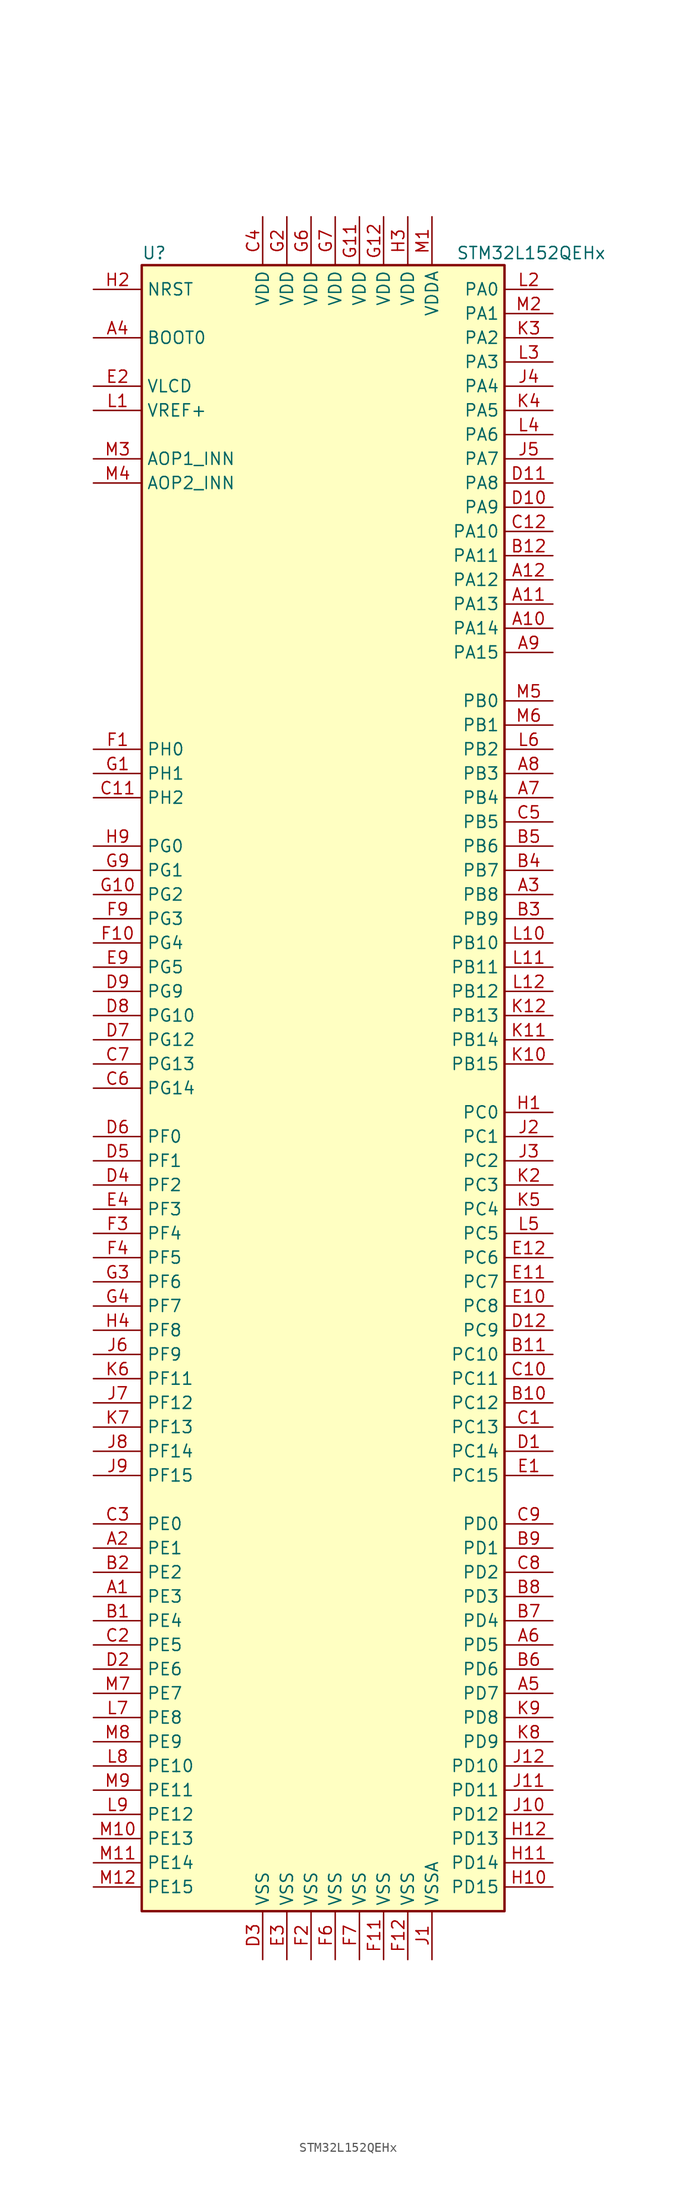
<source format=kicad_sym>
(kicad_symbol_lib
  (version 20201005)
  (generator kicad_symbol_editor)
  (symbol "STM32L152QEHx"
    (property "Reference" "U"
      (at -20.32 87.63 0)
      (effects (font (size 1.27 1.27)) (justify left)))
    (property "Value" "STM32L152QEHx"
      (at 12.7 87.63 0)
      (effects (font (size 1.27 1.27)) (justify left)))
    (symbol "STM32L152QEHx_0_1"
      (rectangle (start -20.32 -86.36) (end 17.78 86.36) (stroke (width 0.254)) (fill (type background))))
    (symbol "STM32L152QEHx_1_1"
      (pin bidirectional line (at -25.4 -53.34 0) (length 5.08) (name "PE3" (effects (font (size 1.27 1.27)))) (number "A1" (effects (font (size 1.27 1.27)))))
      (pin bidirectional line (at 22.86 48.26 180) (length 5.08) (name "PA14" (effects (font (size 1.27 1.27)))) (number "A10" (effects (font (size 1.27 1.27)))))
      (pin bidirectional line (at 22.86 50.8 180) (length 5.08) (name "PA13" (effects (font (size 1.27 1.27)))) (number "A11" (effects (font (size 1.27 1.27)))))
      (pin bidirectional line (at 22.86 53.34 180) (length 5.08) (name "PA12" (effects (font (size 1.27 1.27)))) (number "A12" (effects (font (size 1.27 1.27)))))
      (pin bidirectional line (at -25.4 -48.26 0) (length 5.08) (name "PE1" (effects (font (size 1.27 1.27)))) (number "A2" (effects (font (size 1.27 1.27)))))
      (pin bidirectional line (at 22.86 20.32 180) (length 5.08) (name "PB8" (effects (font (size 1.27 1.27)))) (number "A3" (effects (font (size 1.27 1.27)))))
      (pin input line (at -25.4 78.74 0) (length 5.08) (name "BOOT0" (effects (font (size 1.27 1.27)))) (number "A4" (effects (font (size 1.27 1.27)))))
      (pin bidirectional line (at 22.86 -63.5 180) (length 5.08) (name "PD7" (effects (font (size 1.27 1.27)))) (number "A5" (effects (font (size 1.27 1.27)))))
      (pin bidirectional line (at 22.86 -58.42 180) (length 5.08) (name "PD5" (effects (font (size 1.27 1.27)))) (number "A6" (effects (font (size 1.27 1.27)))))
      (pin bidirectional line (at 22.86 30.48 180) (length 5.08) (name "PB4" (effects (font (size 1.27 1.27)))) (number "A7" (effects (font (size 1.27 1.27)))))
      (pin bidirectional line (at 22.86 33.02 180) (length 5.08) (name "PB3" (effects (font (size 1.27 1.27)))) (number "A8" (effects (font (size 1.27 1.27)))))
      (pin bidirectional line (at 22.86 45.72 180) (length 5.08) (name "PA15" (effects (font (size 1.27 1.27)))) (number "A9" (effects (font (size 1.27 1.27)))))
      (pin bidirectional line (at -25.4 -55.88 0) (length 5.08) (name "PE4" (effects (font (size 1.27 1.27)))) (number "B1" (effects (font (size 1.27 1.27)))))
      (pin bidirectional line (at 22.86 -33.02 180) (length 5.08) (name "PC12" (effects (font (size 1.27 1.27)))) (number "B10" (effects (font (size 1.27 1.27)))))
      (pin bidirectional line (at 22.86 -27.94 180) (length 5.08) (name "PC10" (effects (font (size 1.27 1.27)))) (number "B11" (effects (font (size 1.27 1.27)))))
      (pin bidirectional line (at 22.86 55.88 180) (length 5.08) (name "PA11" (effects (font (size 1.27 1.27)))) (number "B12" (effects (font (size 1.27 1.27)))))
      (pin bidirectional line (at -25.4 -50.8 0) (length 5.08) (name "PE2" (effects (font (size 1.27 1.27)))) (number "B2" (effects (font (size 1.27 1.27)))))
      (pin bidirectional line (at 22.86 17.78 180) (length 5.08) (name "PB9" (effects (font (size 1.27 1.27)))) (number "B3" (effects (font (size 1.27 1.27)))))
      (pin bidirectional line (at 22.86 22.86 180) (length 5.08) (name "PB7" (effects (font (size 1.27 1.27)))) (number "B4" (effects (font (size 1.27 1.27)))))
      (pin bidirectional line (at 22.86 25.4 180) (length 5.08) (name "PB6" (effects (font (size 1.27 1.27)))) (number "B5" (effects (font (size 1.27 1.27)))))
      (pin bidirectional line (at 22.86 -60.96 180) (length 5.08) (name "PD6" (effects (font (size 1.27 1.27)))) (number "B6" (effects (font (size 1.27 1.27)))))
      (pin bidirectional line (at 22.86 -55.88 180) (length 5.08) (name "PD4" (effects (font (size 1.27 1.27)))) (number "B7" (effects (font (size 1.27 1.27)))))
      (pin bidirectional line (at 22.86 -53.34 180) (length 5.08) (name "PD3" (effects (font (size 1.27 1.27)))) (number "B8" (effects (font (size 1.27 1.27)))))
      (pin bidirectional line (at 22.86 -48.26 180) (length 5.08) (name "PD1" (effects (font (size 1.27 1.27)))) (number "B9" (effects (font (size 1.27 1.27)))))
      (pin bidirectional line (at 22.86 -35.56 180) (length 5.08) (name "PC13" (effects (font (size 1.27 1.27)))) (number "C1" (effects (font (size 1.27 1.27)))))
      (pin bidirectional line (at 22.86 -30.48 180) (length 5.08) (name "PC11" (effects (font (size 1.27 1.27)))) (number "C10" (effects (font (size 1.27 1.27)))))
      (pin bidirectional line (at -25.4 30.48 0) (length 5.08) (name "PH2" (effects (font (size 1.27 1.27)))) (number "C11" (effects (font (size 1.27 1.27)))))
      (pin bidirectional line (at 22.86 58.42 180) (length 5.08) (name "PA10" (effects (font (size 1.27 1.27)))) (number "C12" (effects (font (size 1.27 1.27)))))
      (pin bidirectional line (at -25.4 -58.42 0) (length 5.08) (name "PE5" (effects (font (size 1.27 1.27)))) (number "C2" (effects (font (size 1.27 1.27)))))
      (pin bidirectional line (at -25.4 -45.72 0) (length 5.08) (name "PE0" (effects (font (size 1.27 1.27)))) (number "C3" (effects (font (size 1.27 1.27)))))
      (pin power_in line (at -7.62 91.44 270) (length 5.08) (name "VDD" (effects (font (size 1.27 1.27)))) (number "C4" (effects (font (size 1.27 1.27)))))
      (pin bidirectional line (at 22.86 27.94 180) (length 5.08) (name "PB5" (effects (font (size 1.27 1.27)))) (number "C5" (effects (font (size 1.27 1.27)))))
      (pin bidirectional line (at -25.4 0 0) (length 5.08) (name "PG14" (effects (font (size 1.27 1.27)))) (number "C6" (effects (font (size 1.27 1.27)))))
      (pin bidirectional line (at -25.4 2.54 0) (length 5.08) (name "PG13" (effects (font (size 1.27 1.27)))) (number "C7" (effects (font (size 1.27 1.27)))))
      (pin bidirectional line (at 22.86 -50.8 180) (length 5.08) (name "PD2" (effects (font (size 1.27 1.27)))) (number "C8" (effects (font (size 1.27 1.27)))))
      (pin bidirectional line (at 22.86 -45.72 180) (length 5.08) (name "PD0" (effects (font (size 1.27 1.27)))) (number "C9" (effects (font (size 1.27 1.27)))))
      (pin bidirectional line (at 22.86 -38.1 180) (length 5.08) (name "PC14" (effects (font (size 1.27 1.27)))) (number "D1" (effects (font (size 1.27 1.27)))))
      (pin bidirectional line (at 22.86 60.96 180) (length 5.08) (name "PA9" (effects (font (size 1.27 1.27)))) (number "D10" (effects (font (size 1.27 1.27)))))
      (pin bidirectional line (at 22.86 63.5 180) (length 5.08) (name "PA8" (effects (font (size 1.27 1.27)))) (number "D11" (effects (font (size 1.27 1.27)))))
      (pin bidirectional line (at 22.86 -25.4 180) (length 5.08) (name "PC9" (effects (font (size 1.27 1.27)))) (number "D12" (effects (font (size 1.27 1.27)))))
      (pin bidirectional line (at -25.4 -60.96 0) (length 5.08) (name "PE6" (effects (font (size 1.27 1.27)))) (number "D2" (effects (font (size 1.27 1.27)))))
      (pin power_in line (at -7.62 -91.44 90) (length 5.08) (name "VSS" (effects (font (size 1.27 1.27)))) (number "D3" (effects (font (size 1.27 1.27)))))
      (pin bidirectional line (at -25.4 -10.16 0) (length 5.08) (name "PF2" (effects (font (size 1.27 1.27)))) (number "D4" (effects (font (size 1.27 1.27)))))
      (pin bidirectional line (at -25.4 -7.62 0) (length 5.08) (name "PF1" (effects (font (size 1.27 1.27)))) (number "D5" (effects (font (size 1.27 1.27)))))
      (pin bidirectional line (at -25.4 -5.08 0) (length 5.08) (name "PF0" (effects (font (size 1.27 1.27)))) (number "D6" (effects (font (size 1.27 1.27)))))
      (pin bidirectional line (at -25.4 5.08 0) (length 5.08) (name "PG12" (effects (font (size 1.27 1.27)))) (number "D7" (effects (font (size 1.27 1.27)))))
      (pin bidirectional line (at -25.4 7.62 0) (length 5.08) (name "PG10" (effects (font (size 1.27 1.27)))) (number "D8" (effects (font (size 1.27 1.27)))))
      (pin bidirectional line (at -25.4 10.16 0) (length 5.08) (name "PG9" (effects (font (size 1.27 1.27)))) (number "D9" (effects (font (size 1.27 1.27)))))
      (pin bidirectional line (at 22.86 -40.64 180) (length 5.08) (name "PC15" (effects (font (size 1.27 1.27)))) (number "E1" (effects (font (size 1.27 1.27)))))
      (pin bidirectional line (at 22.86 -22.86 180) (length 5.08) (name "PC8" (effects (font (size 1.27 1.27)))) (number "E10" (effects (font (size 1.27 1.27)))))
      (pin bidirectional line (at 22.86 -20.32 180) (length 5.08) (name "PC7" (effects (font (size 1.27 1.27)))) (number "E11" (effects (font (size 1.27 1.27)))))
      (pin bidirectional line (at 22.86 -17.78 180) (length 5.08) (name "PC6" (effects (font (size 1.27 1.27)))) (number "E12" (effects (font (size 1.27 1.27)))))
      (pin power_in line (at -25.4 73.66 0) (length 5.08) (name "VLCD" (effects (font (size 1.27 1.27)))) (number "E2" (effects (font (size 1.27 1.27)))))
      (pin power_in line (at -5.08 -91.44 90) (length 5.08) (name "VSS" (effects (font (size 1.27 1.27)))) (number "E3" (effects (font (size 1.27 1.27)))))
      (pin bidirectional line (at -25.4 -12.7 0) (length 5.08) (name "PF3" (effects (font (size 1.27 1.27)))) (number "E4" (effects (font (size 1.27 1.27)))))
      (pin bidirectional line (at -25.4 12.7 0) (length 5.08) (name "PG5" (effects (font (size 1.27 1.27)))) (number "E9" (effects (font (size 1.27 1.27)))))
      (pin input line (at -25.4 35.56 0) (length 5.08) (name "PH0" (effects (font (size 1.27 1.27)))) (number "F1" (effects (font (size 1.27 1.27)))))
      (pin bidirectional line (at -25.4 15.24 0) (length 5.08) (name "PG4" (effects (font (size 1.27 1.27)))) (number "F10" (effects (font (size 1.27 1.27)))))
      (pin power_in line (at 5.08 -91.44 90) (length 5.08) (name "VSS" (effects (font (size 1.27 1.27)))) (number "F11" (effects (font (size 1.27 1.27)))))
      (pin power_in line (at 7.62 -91.44 90) (length 5.08) (name "VSS" (effects (font (size 1.27 1.27)))) (number "F12" (effects (font (size 1.27 1.27)))))
      (pin power_in line (at -2.54 -91.44 90) (length 5.08) (name "VSS" (effects (font (size 1.27 1.27)))) (number "F2" (effects (font (size 1.27 1.27)))))
      (pin bidirectional line (at -25.4 -15.24 0) (length 5.08) (name "PF4" (effects (font (size 1.27 1.27)))) (number "F3" (effects (font (size 1.27 1.27)))))
      (pin bidirectional line (at -25.4 -17.78 0) (length 5.08) (name "PF5" (effects (font (size 1.27 1.27)))) (number "F4" (effects (font (size 1.27 1.27)))))
      (pin power_in line (at 0 -91.44 90) (length 5.08) (name "VSS" (effects (font (size 1.27 1.27)))) (number "F6" (effects (font (size 1.27 1.27)))))
      (pin power_in line (at 2.54 -91.44 90) (length 5.08) (name "VSS" (effects (font (size 1.27 1.27)))) (number "F7" (effects (font (size 1.27 1.27)))))
      (pin bidirectional line (at -25.4 17.78 0) (length 5.08) (name "PG3" (effects (font (size 1.27 1.27)))) (number "F9" (effects (font (size 1.27 1.27)))))
      (pin input line (at -25.4 33.02 0) (length 5.08) (name "PH1" (effects (font (size 1.27 1.27)))) (number "G1" (effects (font (size 1.27 1.27)))))
      (pin bidirectional line (at -25.4 20.32 0) (length 5.08) (name "PG2" (effects (font (size 1.27 1.27)))) (number "G10" (effects (font (size 1.27 1.27)))))
      (pin power_in line (at 2.54 91.44 270) (length 5.08) (name "VDD" (effects (font (size 1.27 1.27)))) (number "G11" (effects (font (size 1.27 1.27)))))
      (pin power_in line (at 5.08 91.44 270) (length 5.08) (name "VDD" (effects (font (size 1.27 1.27)))) (number "G12" (effects (font (size 1.27 1.27)))))
      (pin power_in line (at -5.08 91.44 270) (length 5.08) (name "VDD" (effects (font (size 1.27 1.27)))) (number "G2" (effects (font (size 1.27 1.27)))))
      (pin bidirectional line (at -25.4 -20.32 0) (length 5.08) (name "PF6" (effects (font (size 1.27 1.27)))) (number "G3" (effects (font (size 1.27 1.27)))))
      (pin bidirectional line (at -25.4 -22.86 0) (length 5.08) (name "PF7" (effects (font (size 1.27 1.27)))) (number "G4" (effects (font (size 1.27 1.27)))))
      (pin power_in line (at -2.54 91.44 270) (length 5.08) (name "VDD" (effects (font (size 1.27 1.27)))) (number "G6" (effects (font (size 1.27 1.27)))))
      (pin power_in line (at 0 91.44 270) (length 5.08) (name "VDD" (effects (font (size 1.27 1.27)))) (number "G7" (effects (font (size 1.27 1.27)))))
      (pin bidirectional line (at -25.4 22.86 0) (length 5.08) (name "PG1" (effects (font (size 1.27 1.27)))) (number "G9" (effects (font (size 1.27 1.27)))))
      (pin bidirectional line (at 22.86 -2.54 180) (length 5.08) (name "PC0" (effects (font (size 1.27 1.27)))) (number "H1" (effects (font (size 1.27 1.27)))))
      (pin bidirectional line (at 22.86 -83.82 180) (length 5.08) (name "PD15" (effects (font (size 1.27 1.27)))) (number "H10" (effects (font (size 1.27 1.27)))))
      (pin bidirectional line (at 22.86 -81.28 180) (length 5.08) (name "PD14" (effects (font (size 1.27 1.27)))) (number "H11" (effects (font (size 1.27 1.27)))))
      (pin bidirectional line (at 22.86 -78.74 180) (length 5.08) (name "PD13" (effects (font (size 1.27 1.27)))) (number "H12" (effects (font (size 1.27 1.27)))))
      (pin input line (at -25.4 83.82 0) (length 5.08) (name "NRST" (effects (font (size 1.27 1.27)))) (number "H2" (effects (font (size 1.27 1.27)))))
      (pin power_in line (at 7.62 91.44 270) (length 5.08) (name "VDD" (effects (font (size 1.27 1.27)))) (number "H3" (effects (font (size 1.27 1.27)))))
      (pin bidirectional line (at -25.4 -25.4 0) (length 5.08) (name "PF8" (effects (font (size 1.27 1.27)))) (number "H4" (effects (font (size 1.27 1.27)))))
      (pin bidirectional line (at -25.4 25.4 0) (length 5.08) (name "PG0" (effects (font (size 1.27 1.27)))) (number "H9" (effects (font (size 1.27 1.27)))))
      (pin power_in line (at 10.16 -91.44 90) (length 5.08) (name "VSSA" (effects (font (size 1.27 1.27)))) (number "J1" (effects (font (size 1.27 1.27)))))
      (pin bidirectional line (at 22.86 -76.2 180) (length 5.08) (name "PD12" (effects (font (size 1.27 1.27)))) (number "J10" (effects (font (size 1.27 1.27)))))
      (pin bidirectional line (at 22.86 -73.66 180) (length 5.08) (name "PD11" (effects (font (size 1.27 1.27)))) (number "J11" (effects (font (size 1.27 1.27)))))
      (pin bidirectional line (at 22.86 -71.12 180) (length 5.08) (name "PD10" (effects (font (size 1.27 1.27)))) (number "J12" (effects (font (size 1.27 1.27)))))
      (pin bidirectional line (at 22.86 -5.08 180) (length 5.08) (name "PC1" (effects (font (size 1.27 1.27)))) (number "J2" (effects (font (size 1.27 1.27)))))
      (pin bidirectional line (at 22.86 -7.62 180) (length 5.08) (name "PC2" (effects (font (size 1.27 1.27)))) (number "J3" (effects (font (size 1.27 1.27)))))
      (pin bidirectional line (at 22.86 73.66 180) (length 5.08) (name "PA4" (effects (font (size 1.27 1.27)))) (number "J4" (effects (font (size 1.27 1.27)))))
      (pin bidirectional line (at 22.86 66.04 180) (length 5.08) (name "PA7" (effects (font (size 1.27 1.27)))) (number "J5" (effects (font (size 1.27 1.27)))))
      (pin bidirectional line (at -25.4 -27.94 0) (length 5.08) (name "PF9" (effects (font (size 1.27 1.27)))) (number "J6" (effects (font (size 1.27 1.27)))))
      (pin bidirectional line (at -25.4 -33.02 0) (length 5.08) (name "PF12" (effects (font (size 1.27 1.27)))) (number "J7" (effects (font (size 1.27 1.27)))))
      (pin bidirectional line (at -25.4 -38.1 0) (length 5.08) (name "PF14" (effects (font (size 1.27 1.27)))) (number "J8" (effects (font (size 1.27 1.27)))))
      (pin bidirectional line (at -25.4 -40.64 0) (length 5.08) (name "PF15" (effects (font (size 1.27 1.27)))) (number "J9" (effects (font (size 1.27 1.27)))))
      (pin no_connect line (at -20.32 -83.82 0) (length 5.08) hide (name "NC" (effects (font (size 1.27 1.27)))) (number "K1" (effects (font (size 1.27 1.27)))))
      (pin bidirectional line (at 22.86 2.54 180) (length 5.08) (name "PB15" (effects (font (size 1.27 1.27)))) (number "K10" (effects (font (size 1.27 1.27)))))
      (pin bidirectional line (at 22.86 5.08 180) (length 5.08) (name "PB14" (effects (font (size 1.27 1.27)))) (number "K11" (effects (font (size 1.27 1.27)))))
      (pin bidirectional line (at 22.86 7.62 180) (length 5.08) (name "PB13" (effects (font (size 1.27 1.27)))) (number "K12" (effects (font (size 1.27 1.27)))))
      (pin bidirectional line (at 22.86 -10.16 180) (length 5.08) (name "PC3" (effects (font (size 1.27 1.27)))) (number "K2" (effects (font (size 1.27 1.27)))))
      (pin bidirectional line (at 22.86 78.74 180) (length 5.08) (name "PA2" (effects (font (size 1.27 1.27)))) (number "K3" (effects (font (size 1.27 1.27)))))
      (pin bidirectional line (at 22.86 71.12 180) (length 5.08) (name "PA5" (effects (font (size 1.27 1.27)))) (number "K4" (effects (font (size 1.27 1.27)))))
      (pin bidirectional line (at 22.86 -12.7 180) (length 5.08) (name "PC4" (effects (font (size 1.27 1.27)))) (number "K5" (effects (font (size 1.27 1.27)))))
      (pin bidirectional line (at -25.4 -30.48 0) (length 5.08) (name "PF11" (effects (font (size 1.27 1.27)))) (number "K6" (effects (font (size 1.27 1.27)))))
      (pin bidirectional line (at -25.4 -35.56 0) (length 5.08) (name "PF13" (effects (font (size 1.27 1.27)))) (number "K7" (effects (font (size 1.27 1.27)))))
      (pin bidirectional line (at 22.86 -68.58 180) (length 5.08) (name "PD9" (effects (font (size 1.27 1.27)))) (number "K8" (effects (font (size 1.27 1.27)))))
      (pin bidirectional line (at 22.86 -66.04 180) (length 5.08) (name "PD8" (effects (font (size 1.27 1.27)))) (number "K9" (effects (font (size 1.27 1.27)))))
      (pin power_in line (at -25.4 71.12 0) (length 5.08) (name "VREF+" (effects (font (size 1.27 1.27)))) (number "L1" (effects (font (size 1.27 1.27)))))
      (pin bidirectional line (at 22.86 15.24 180) (length 5.08) (name "PB10" (effects (font (size 1.27 1.27)))) (number "L10" (effects (font (size 1.27 1.27)))))
      (pin bidirectional line (at 22.86 12.7 180) (length 5.08) (name "PB11" (effects (font (size 1.27 1.27)))) (number "L11" (effects (font (size 1.27 1.27)))))
      (pin bidirectional line (at 22.86 10.16 180) (length 5.08) (name "PB12" (effects (font (size 1.27 1.27)))) (number "L12" (effects (font (size 1.27 1.27)))))
      (pin bidirectional line (at 22.86 83.82 180) (length 5.08) (name "PA0" (effects (font (size 1.27 1.27)))) (number "L2" (effects (font (size 1.27 1.27)))))
      (pin bidirectional line (at 22.86 76.2 180) (length 5.08) (name "PA3" (effects (font (size 1.27 1.27)))) (number "L3" (effects (font (size 1.27 1.27)))))
      (pin bidirectional line (at 22.86 68.58 180) (length 5.08) (name "PA6" (effects (font (size 1.27 1.27)))) (number "L4" (effects (font (size 1.27 1.27)))))
      (pin bidirectional line (at 22.86 -15.24 180) (length 5.08) (name "PC5" (effects (font (size 1.27 1.27)))) (number "L5" (effects (font (size 1.27 1.27)))))
      (pin bidirectional line (at 22.86 35.56 180) (length 5.08) (name "PB2" (effects (font (size 1.27 1.27)))) (number "L6" (effects (font (size 1.27 1.27)))))
      (pin bidirectional line (at -25.4 -66.04 0) (length 5.08) (name "PE8" (effects (font (size 1.27 1.27)))) (number "L7" (effects (font (size 1.27 1.27)))))
      (pin bidirectional line (at -25.4 -71.12 0) (length 5.08) (name "PE10" (effects (font (size 1.27 1.27)))) (number "L8" (effects (font (size 1.27 1.27)))))
      (pin bidirectional line (at -25.4 -76.2 0) (length 5.08) (name "PE12" (effects (font (size 1.27 1.27)))) (number "L9" (effects (font (size 1.27 1.27)))))
      (pin power_in line (at 10.16 91.44 270) (length 5.08) (name "VDDA" (effects (font (size 1.27 1.27)))) (number "M1" (effects (font (size 1.27 1.27)))))
      (pin bidirectional line (at -25.4 -78.74 0) (length 5.08) (name "PE13" (effects (font (size 1.27 1.27)))) (number "M10" (effects (font (size 1.27 1.27)))))
      (pin bidirectional line (at -25.4 -81.28 0) (length 5.08) (name "PE14" (effects (font (size 1.27 1.27)))) (number "M11" (effects (font (size 1.27 1.27)))))
      (pin bidirectional line (at -25.4 -83.82 0) (length 5.08) (name "PE15" (effects (font (size 1.27 1.27)))) (number "M12" (effects (font (size 1.27 1.27)))))
      (pin bidirectional line (at 22.86 81.28 180) (length 5.08) (name "PA1" (effects (font (size 1.27 1.27)))) (number "M2" (effects (font (size 1.27 1.27)))))
      (pin bidirectional line (at -25.4 66.04 0) (length 5.08) (name "AOP1_INN" (effects (font (size 1.27 1.27)))) (number "M3" (effects (font (size 1.27 1.27)))))
      (pin bidirectional line (at -25.4 63.5 0) (length 5.08) (name "AOP2_INN" (effects (font (size 1.27 1.27)))) (number "M4" (effects (font (size 1.27 1.27)))))
      (pin bidirectional line (at 22.86 40.64 180) (length 5.08) (name "PB0" (effects (font (size 1.27 1.27)))) (number "M5" (effects (font (size 1.27 1.27)))))
      (pin bidirectional line (at 22.86 38.1 180) (length 5.08) (name "PB1" (effects (font (size 1.27 1.27)))) (number "M6" (effects (font (size 1.27 1.27)))))
      (pin bidirectional line (at -25.4 -63.5 0) (length 5.08) (name "PE7" (effects (font (size 1.27 1.27)))) (number "M7" (effects (font (size 1.27 1.27)))))
      (pin bidirectional line (at -25.4 -68.58 0) (length 5.08) (name "PE9" (effects (font (size 1.27 1.27)))) (number "M8" (effects (font (size 1.27 1.27)))))
      (pin bidirectional line (at -25.4 -73.66 0) (length 5.08) (name "PE11" (effects (font (size 1.27 1.27)))) (number "M9" (effects (font (size 1.27 1.27))))))))
</source>
